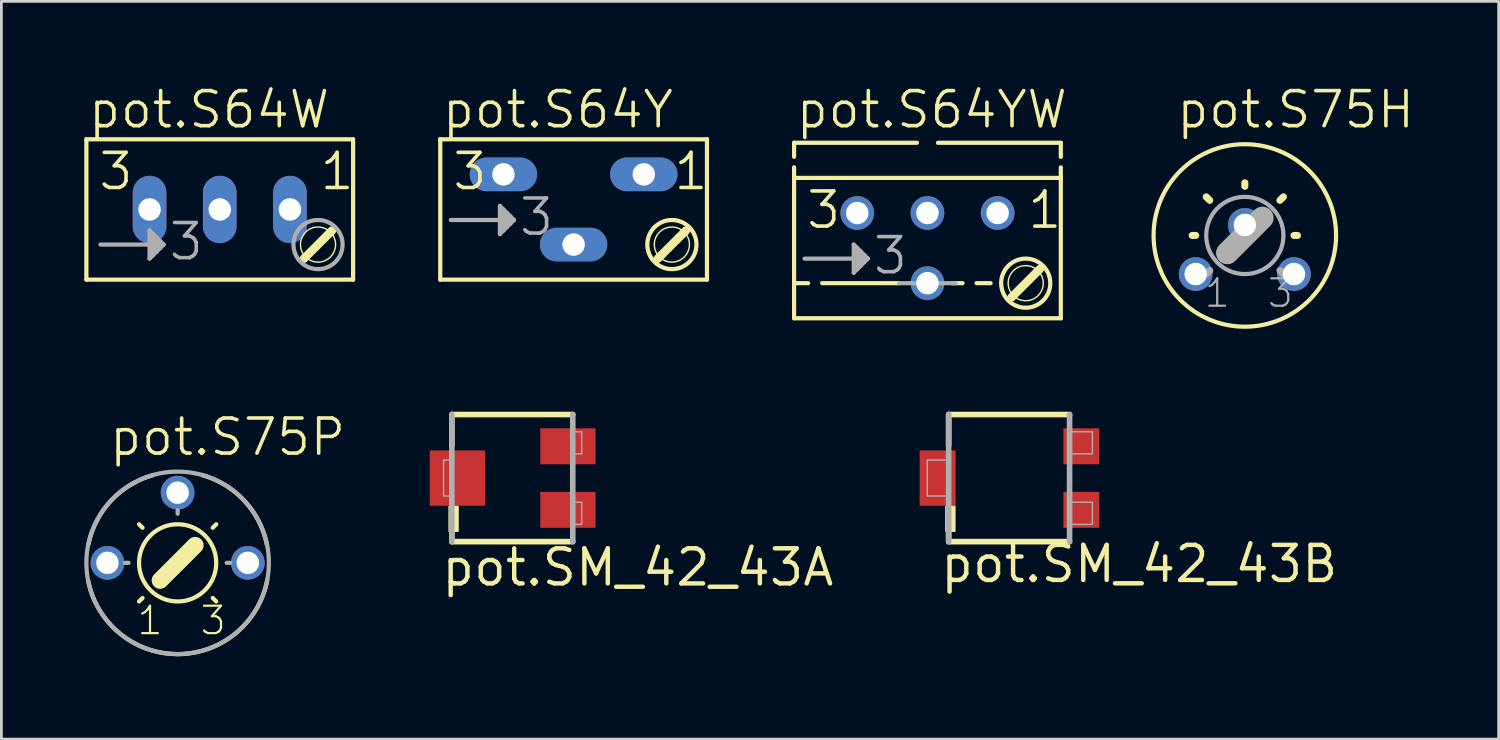
<source format=kicad_pcb>
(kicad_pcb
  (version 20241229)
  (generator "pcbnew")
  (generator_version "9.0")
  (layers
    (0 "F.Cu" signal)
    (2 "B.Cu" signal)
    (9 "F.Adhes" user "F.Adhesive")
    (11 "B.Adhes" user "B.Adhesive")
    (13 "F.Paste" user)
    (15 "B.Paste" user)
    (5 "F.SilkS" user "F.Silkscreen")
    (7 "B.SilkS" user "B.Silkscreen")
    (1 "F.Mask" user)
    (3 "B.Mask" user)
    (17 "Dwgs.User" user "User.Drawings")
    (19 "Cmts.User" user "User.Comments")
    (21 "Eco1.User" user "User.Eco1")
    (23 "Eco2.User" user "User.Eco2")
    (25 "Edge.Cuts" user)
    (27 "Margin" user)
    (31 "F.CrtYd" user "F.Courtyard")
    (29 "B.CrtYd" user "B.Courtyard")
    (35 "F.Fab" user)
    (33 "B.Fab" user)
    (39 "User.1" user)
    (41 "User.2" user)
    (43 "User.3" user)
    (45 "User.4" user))
  (footprint "pot.S75H"
    (layer "F.Cu")
    (at 41.996 5.47)
    (property "Reference" "pot.S75H" (at -2.54 -3.81 0) (layer "F.SilkS") (effects (font (size 1.27 1.27) (thickness 0.13)) (justify left bottom)))
    (attr through_hole)
    (fp_line (start -1.905 0) (end -1.778 0) (stroke (width 0.254) (type default)) (layer "F.SilkS"))
    (fp_line (start -1.27 -1.27) (end -1.397 -1.397) (stroke (width 0.254) (type default)) (layer "F.SilkS"))
    (fp_line (start 0 -1.778) (end 0 -1.905) (stroke (width 0.254) (type default)) (layer "F.SilkS"))
    (fp_line (start 1.27 -1.27) (end 1.397 -1.397) (stroke (width 0.254) (type default)) (layer "F.SilkS"))
    (fp_line (start 1.778 0) (end 1.905 0) (stroke (width 0.254) (type default)) (layer "F.SilkS"))
    (fp_circle (center 0 0) (end 3.302 0) (stroke (width 0.152) (type default)) (fill no) (layer "F.SilkS"))
    (fp_line (start -1.27 1.27) (end -1.397 1.397) (stroke (width 0.254) (type default)) (layer "F.Fab"))
    (fp_line (start -0.635 0.635) (end 0.635 -0.635) (stroke (width 0.813) (type default)) (layer "F.Fab"))
    (fp_line (start 1.27 1.27) (end 1.397 1.397) (stroke (width 0.254) (type default)) (layer "F.Fab"))
    (fp_circle (center 0 0) (end 1.397 0) (stroke (width 0.152) (type default)) (fill no) (layer "F.Fab"))
    (fp_text user "3" (at 0.762 2.667 0) (layer "F.Fab") (effects (font (size 0.991 0.991) (thickness 0.08)) (justify left bottom)))
    (fp_text user "1" (at -1.524 2.667 0) (layer "F.Fab") (effects (font (size 0.991 0.991) (thickness 0.08)) (justify left bottom)))
    (pad "A" thru_hole circle (at -1.778 1.397) (size 1.219 1.219) (drill 0.813) (layers "*.Cu" "*.Mask"))
    (pad "E" thru_hole circle (at 1.778 1.397) (size 1.219 1.219) (drill 0.813) (layers "*.Cu" "*.Mask"))
    (pad "S" thru_hole circle (at 0 -0.381) (size 1.219 1.219) (drill 0.813) (layers "*.Cu" "*.Mask")))
  (footprint "pot.S64YW"
    (layer "F.Cu")
    (at 30.511 5.927)
    (property "Reference" "pot.S64YW" (at -4.826 -4.267 0) (layer "F.SilkS") (effects (font (size 1.27 1.27) (thickness 0.13)) (justify left bottom)))
    (attr through_hole)
    (fp_line (start -4.826 -3.81) (end -4.826 -3.302) (stroke (width 0.152) (type default)) (layer "F.SilkS"))
    (fp_line (start -4.826 -3.81) (end -0.381 -3.81) (stroke (width 0.152) (type default)) (layer "F.SilkS"))
    (fp_line (start -4.826 -2.921) (end -4.826 -2.54) (stroke (width 0.152) (type default)) (layer "F.SilkS"))
    (fp_line (start -4.826 1.27) (end -4.826 -2.54) (stroke (width 0.152) (type default)) (layer "F.SilkS"))
    (fp_line (start -4.826 1.27) (end -4.318 1.27) (stroke (width 0.152) (type default)) (layer "F.SilkS"))
    (fp_line (start -4.826 2.54) (end -4.826 1.27) (stroke (width 0.152) (type default)) (layer "F.SilkS"))
    (fp_line (start -4.826 2.54) (end 4.826 2.54) (stroke (width 0.152) (type default)) (layer "F.SilkS"))
    (fp_line (start -1.016 1.27) (end -3.81 1.27) (stroke (width 0.152) (type default)) (layer "F.SilkS"))
    (fp_line (start 0.381 -3.81) (end 4.826 -3.81) (stroke (width 0.152) (type default)) (layer "F.SilkS"))
    (fp_line (start 1.27 1.27) (end 0.889 1.27) (stroke (width 0.152) (type default)) (layer "F.SilkS"))
    (fp_line (start 1.778 1.27) (end 2.286 1.27) (stroke (width 0.152) (type default)) (layer "F.SilkS"))
    (fp_line (start 4.064 0.762) (end 3.048 1.778) (stroke (width 0.305) (type default)) (layer "F.SilkS"))
    (fp_line (start 4.826 -3.81) (end 4.826 -3.302) (stroke (width 0.152) (type default)) (layer "F.SilkS"))
    (fp_line (start 4.826 -2.921) (end 4.826 -2.54) (stroke (width 0.152) (type default)) (layer "F.SilkS"))
    (fp_line (start 4.826 -2.54) (end -4.826 -2.54) (stroke (width 0.152) (type default)) (layer "F.SilkS"))
    (fp_line (start 4.826 -2.54) (end 4.826 2.54) (stroke (width 0.152) (type default)) (layer "F.SilkS"))
    (fp_circle (center 3.556 1.27) (end 4.191 1.27) (stroke (width 0.051) (type default)) (fill no) (layer "F.SilkS"))
    (fp_circle (center 3.556 1.27) (end 4.445 1.27) (stroke (width 0.152) (type default)) (fill no) (layer "F.SilkS"))
    (fp_line (start -4.445 0.381) (end -2.54 0.381) (stroke (width 0.152) (type default)) (layer "F.Fab"))
    (fp_line (start -2.667 -0.127) (end -2.667 0.889) (stroke (width 0.152) (type default)) (layer "F.Fab"))
    (fp_line (start -2.667 0.889) (end -2.54 0.762) (stroke (width 0.152) (type default)) (layer "F.Fab"))
    (fp_line (start -2.54 0) (end -2.667 -0.127) (stroke (width 0.152) (type default)) (layer "F.Fab"))
    (fp_line (start -2.54 0.381) (end -2.54 0) (stroke (width 0.152) (type default)) (layer "F.Fab"))
    (fp_line (start -2.54 0.762) (end -2.54 0.381) (stroke (width 0.152) (type default)) (layer "F.Fab"))
    (fp_line (start -2.413 0.127) (end -2.54 0) (stroke (width 0.152) (type default)) (layer "F.Fab"))
    (fp_line (start -2.413 0.635) (end -2.54 0.762) (stroke (width 0.152) (type default)) (layer "F.Fab"))
    (fp_line (start -2.413 0.635) (end -2.413 0.127) (stroke (width 0.152) (type default)) (layer "F.Fab"))
    (fp_line (start -2.286 0.254) (end -2.413 0.127) (stroke (width 0.152) (type default)) (layer "F.Fab"))
    (fp_line (start -2.286 0.508) (end -2.413 0.635) (stroke (width 0.152) (type default)) (layer "F.Fab"))
    (fp_line (start -2.286 0.508) (end -2.286 0.254) (stroke (width 0.152) (type default)) (layer "F.Fab"))
    (fp_line (start -2.159 0.381) (end -2.54 0.381) (stroke (width 0.152) (type default)) (layer "F.Fab"))
    (fp_line (start -2.159 0.381) (end -2.286 0.254) (stroke (width 0.152) (type default)) (layer "F.Fab"))
    (fp_line (start -2.159 0.381) (end -2.286 0.508) (stroke (width 0.152) (type default)) (layer "F.Fab"))
    (fp_line (start 1.016 1.27) (end -1.016 1.27) (stroke (width 0.152) (type default)) (layer "F.Fab"))
    (fp_text user "1" (at 3.556 -0.635 0) (layer "F.SilkS") (effects (font (size 1.27 1.27) (thickness 0.13)) (justify left bottom)))
    (fp_text user "3" (at -4.445 -0.635 0) (layer "F.SilkS") (effects (font (size 1.27 1.27) (thickness 0.13)) (justify left bottom)))
    (fp_text user "3" (at -2.032 1.016 0) (layer "F.Fab") (effects (font (size 1.27 1.27) (thickness 0.13)) (justify left bottom)))
    (pad "A" thru_hole circle (at 2.54 -1.27) (size 1.219 1.219) (drill 0.813) (layers "*.Cu" "*.Mask"))
    (pad "E" thru_hole circle (at -2.54 -1.27) (size 1.219 1.219) (drill 0.813) (layers "*.Cu" "*.Mask"))
    (pad "S" thru_hole circle (at 0 1.27) (size 1.219 1.219) (drill 0.813) (layers "*.Cu" "*.Mask"))
    (pad "S@1" thru_hole circle (at 0 -1.27) (size 1.219 1.219) (drill 0.813) (layers "*.Cu" "*.Mask")))
  (footprint "pot.SM_42_43A"
    (layer "F.Cu")
    (at 15.501 14.25)
    (property "Reference" "pot.SM_42_43A" (at -2.65 3.975 0) (layer "F.SilkS") (effects (font (size 1.27 1.27) (thickness 0.16)) (justify left bottom)))
    (attr smd)
    (fp_line (start -2.2 -2.3) (end -2.2 -1.2) (stroke (width 0.203) (type default)) (layer "F.SilkS"))
    (fp_line (start -2.2 1.2) (end -2.2 2.3) (stroke (width 0.203) (type default)) (layer "F.SilkS"))
    (fp_line (start -2.2 2.3) (end 2.175 2.3) (stroke (width 0.203) (type default)) (layer "F.SilkS"))
    (fp_line (start 2.175 -2.3) (end -2.2 -2.3) (stroke (width 0.203) (type default)) (layer "F.SilkS"))
    (fp_rect (start -2.3 1.925) (end -1.975 1.025) (stroke (width 0.05) (type default)) (fill yes) (layer "F.SilkS"))
    (fp_line (start -2.2 -2.3) (end -2.2 2.3) (stroke (width 0.203) (type default)) (layer "F.Fab"))
    (fp_line (start 2.175 2.3) (end 2.175 -2.3) (stroke (width 0.203) (type default)) (layer "F.Fab"))
    (fp_rect (start -2.5 0.65) (end -2.2 -0.65) (stroke (width 0.05) (type default)) (fill no) (layer "F.Fab"))
    (fp_rect (start 2.2 -0.875) (end 2.5 -1.675) (stroke (width 0.05) (type default)) (fill no) (layer "F.Fab"))
    (fp_rect (start 2.2 1.675) (end 2.5 0.875) (stroke (width 0.05) (type default)) (fill no) (layer "F.Fab"))
    (pad "1" smd roundrect (at 2 -1.15 90) (size 1.3 2) (layers "F.Cu" "F.Mask" "F.Paste") (roundrect_rratio 0.01))
    (pad "2" smd roundrect (at -2 0 90) (size 2 2) (layers "F.Cu" "F.Mask" "F.Paste") (roundrect_rratio 0.01))
    (pad "3" smd roundrect (at 2 1.15 90) (size 1.3 2) (layers "F.Cu" "F.Mask" "F.Paste") (roundrect_rratio 0.01)))
  (footprint "pot.S75P"
    (layer "F.Cu")
    (at 3.378 17.318)
    (property "Reference" "pot.S75P" (at -2.54 -3.81 0) (layer "F.SilkS") (effects (font (size 1.27 1.27) (thickness 0.13)) (justify left bottom)))
    (attr through_hole)
    (fp_line (start -1.27 -1.27) (end -1.397 -1.397) (stroke (width 0.152) (type default)) (layer "F.SilkS"))
    (fp_line (start -1.27 1.27) (end -1.397 1.397) (stroke (width 0.152) (type default)) (layer "F.SilkS"))
    (fp_line (start -0.635 0.635) (end 0.635 -0.635) (stroke (width 0.61) (type default)) (layer "F.SilkS"))
    (fp_line (start 1.27 -1.27) (end 1.397 -1.397) (stroke (width 0.152) (type default)) (layer "F.SilkS"))
    (fp_line (start 1.27 1.27) (end 1.397 1.397) (stroke (width 0.152) (type default)) (layer "F.SilkS"))
    (fp_arc (start -3.2278 -0.6725) (mid -2.408866 -2.251291) (end -0.889 -3.175) (stroke (width 0.1524) (type default)) (layer "F.SilkS"))
    (fp_arc (start 0 3.302) (mid -2.093439 2.553592) (end -3.2379 0.6476) (stroke (width 0.1524) (type default)) (layer "F.SilkS"))
    (fp_arc (start 0.889 -3.175) (mid 2.408866 -2.251291) (end 3.2278 -0.6725) (stroke (width 0.1524) (type default)) (layer "F.SilkS"))
    (fp_arc (start 3.2426 0.6236) (mid 2.102876 2.54582) (end 0 3.302) (stroke (width 0.1524) (type default)) (layer "F.SilkS"))
    (fp_circle (center 0 0) (end 1.397 0) (stroke (width 0.152) (type default)) (fill no) (layer "F.SilkS"))
    (fp_line (start -1.905 0) (end -1.778 0) (stroke (width 0.152) (type default)) (layer "F.Fab"))
    (fp_line (start 0 -1.778) (end 0 -1.905) (stroke (width 0.152) (type default)) (layer "F.Fab"))
    (fp_line (start 1.778 0) (end 1.905 0) (stroke (width 0.152) (type default)) (layer "F.Fab"))
    (fp_circle (center 0 0) (end 3.302 0) (stroke (width 0.152) (type default)) (fill no) (layer "F.Fab"))
    (fp_text user "3" (at 0.762 2.667 0) (layer "F.SilkS") (effects (font (size 0.991 0.991) (thickness 0.08)) (justify left bottom)))
    (fp_text user "1" (at -1.524 2.667 0) (layer "F.SilkS") (effects (font (size 0.991 0.991) (thickness 0.08)) (justify left bottom)))
    (pad "A" thru_hole circle (at -2.54 0) (size 1.219 1.219) (drill 0.813) (layers "*.Cu" "*.Mask"))
    (pad "E" thru_hole circle (at 2.54 0) (size 1.219 1.219) (drill 0.813) (layers "*.Cu" "*.Mask"))
    (pad "S" thru_hole circle (at 0 -2.54) (size 1.219 1.219) (drill 0.813) (layers "*.Cu" "*.Mask")))
  (footprint "pot.S64W"
    (layer "F.Cu")
    (at 4.902 5.8)
    (property "Reference" "pot.S64W" (at -4.826 -4.14 0) (layer "F.SilkS") (effects (font (size 1.27 1.27) (thickness 0.13)) (justify left bottom)))
    (attr through_hole)
    (fp_line (start -4.826 -3.81) (end 4.826 -3.81) (stroke (width 0.152) (type default)) (layer "F.SilkS"))
    (fp_line (start -4.826 1.27) (end -4.826 -3.81) (stroke (width 0.152) (type default)) (layer "F.SilkS"))
    (fp_line (start -4.826 1.27) (end 4.826 1.27) (stroke (width 0.152) (type default)) (layer "F.SilkS"))
    (fp_line (start 4.064 -0.508) (end 3.048 0.508) (stroke (width 0.305) (type default)) (layer "F.SilkS"))
    (fp_line (start 4.826 -3.81) (end 4.826 1.27) (stroke (width 0.152) (type default)) (layer "F.SilkS"))
    (fp_circle (center 3.556 0) (end 4.191 0) (stroke (width 0.051) (type default)) (fill no) (layer "F.SilkS"))
    (fp_line (start -4.318 0) (end -2.413 0) (stroke (width 0.152) (type default)) (layer "F.Fab"))
    (fp_line (start -2.54 -0.508) (end -2.54 0.508) (stroke (width 0.152) (type default)) (layer "F.Fab"))
    (fp_line (start -2.54 0.508) (end -2.413 0.381) (stroke (width 0.152) (type default)) (layer "F.Fab"))
    (fp_line (start -2.413 -0.381) (end -2.54 -0.508) (stroke (width 0.152) (type default)) (layer "F.Fab"))
    (fp_line (start -2.413 0) (end -2.413 -0.381) (stroke (width 0.152) (type default)) (layer "F.Fab"))
    (fp_line (start -2.413 0.381) (end -2.413 0) (stroke (width 0.152) (type default)) (layer "F.Fab"))
    (fp_line (start -2.286 -0.254) (end -2.413 -0.381) (stroke (width 0.152) (type default)) (layer "F.Fab"))
    (fp_line (start -2.286 0.254) (end -2.413 0.381) (stroke (width 0.152) (type default)) (layer "F.Fab"))
    (fp_line (start -2.286 0.254) (end -2.286 -0.254) (stroke (width 0.152) (type default)) (layer "F.Fab"))
    (fp_line (start -2.159 -0.127) (end -2.286 -0.254) (stroke (width 0.152) (type default)) (layer "F.Fab"))
    (fp_line (start -2.159 0.127) (end -2.286 0.254) (stroke (width 0.152) (type default)) (layer "F.Fab"))
    (fp_line (start -2.159 0.127) (end -2.159 -0.127) (stroke (width 0.152) (type default)) (layer "F.Fab"))
    (fp_line (start -2.032 0) (end -2.413 0) (stroke (width 0.152) (type default)) (layer "F.Fab"))
    (fp_line (start -2.032 0) (end -2.159 -0.127) (stroke (width 0.152) (type default)) (layer "F.Fab"))
    (fp_line (start -2.032 0) (end -2.159 0.127) (stroke (width 0.152) (type default)) (layer "F.Fab"))
    (fp_circle (center 3.556 0) (end 4.445 0) (stroke (width 0.152) (type default)) (fill no) (layer "F.Fab"))
    (fp_text user "3" (at -4.445 -1.905 0) (layer "F.SilkS") (effects (font (size 1.27 1.27) (thickness 0.13)) (justify left bottom)))
    (fp_text user "1" (at 3.556 -1.905 0) (layer "F.SilkS") (effects (font (size 1.27 1.27) (thickness 0.13)) (justify left bottom)))
    (fp_text user "3" (at -1.905 0.635 0) (layer "F.Fab") (effects (font (size 1.27 1.27) (thickness 0.13)) (justify left bottom)))
    (pad "A" thru_hole oval (at 2.54 -1.27 90) (size 2.438 1.219) (drill 0.813) (layers "*.Cu" "*.Mask"))
    (pad "E" thru_hole oval (at -2.54 -1.27 90) (size 2.438 1.219) (drill 0.813) (layers "*.Cu" "*.Mask"))
    (pad "S" thru_hole oval (at 0 -1.27 90) (size 2.438 1.219) (drill 0.813) (layers "*.Cu" "*.Mask")))
  (footprint "pot.SM_42_43B"
    (layer "F.Cu")
    (at 33.479 14.25)
    (property "Reference" "pot.SM_42_43B" (at -2.575 3.85 0) (layer "F.SilkS") (effects (font (size 1.27 1.27) (thickness 0.16)) (justify left bottom)))
    (attr smd)
    (fp_line (start -2.2 -2.3) (end -2.2 -1.2) (stroke (width 0.203) (type default)) (layer "F.SilkS"))
    (fp_line (start -2.2 1.2) (end -2.2 2.3) (stroke (width 0.203) (type default)) (layer "F.SilkS"))
    (fp_line (start -2.2 2.3) (end 2.175 2.3) (stroke (width 0.203) (type default)) (layer "F.SilkS"))
    (fp_line (start 2.175 -2.3) (end -2.2 -2.3) (stroke (width 0.203) (type default)) (layer "F.SilkS"))
    (fp_rect (start -2.3 1.925) (end -1.975 1.025) (stroke (width 0.05) (type default)) (fill yes) (layer "F.SilkS"))
    (fp_line (start -2.2 -2.3) (end -2.2 2.3) (stroke (width 0.203) (type default)) (layer "F.Fab"))
    (fp_line (start 2.175 2.3) (end 2.175 -2.3) (stroke (width 0.203) (type default)) (layer "F.Fab"))
    (fp_rect (start -2.975 0.65) (end -2.2 -0.65) (stroke (width 0.05) (type default)) (fill no) (layer "F.Fab"))
    (fp_rect (start 2.2 -0.875) (end 3 -1.675) (stroke (width 0.05) (type default)) (fill no) (layer "F.Fab"))
    (fp_rect (start 2.2 1.675) (end 3 0.875) (stroke (width 0.05) (type default)) (fill no) (layer "F.Fab"))
    (pad "1" smd roundrect (at 2.6 -1.15 90) (size 1.3 1.3) (layers "F.Cu" "F.Mask" "F.Paste") (roundrect_rratio 0.01))
    (pad "2" smd roundrect (at -2.6 0 90) (size 2 1.3) (layers "F.Cu" "F.Mask" "F.Paste") (roundrect_rratio 0.01))
    (pad "3" smd roundrect (at 2.6 1.15 90) (size 1.3 1.3) (layers "F.Cu" "F.Mask" "F.Paste") (roundrect_rratio 0.01)))
  (footprint "pot.S64Y"
    (layer "F.Cu")
    (at 17.707 4.53)
    (property "Reference" "pot.S64Y" (at -4.826 -2.87 0) (layer "F.SilkS") (effects (font (size 1.27 1.27) (thickness 0.13)) (justify left bottom)))
    (attr through_hole)
    (fp_line (start -4.826 2.54) (end -4.826 -2.54) (stroke (width 0.152) (type default)) (layer "F.SilkS"))
    (fp_line (start -4.826 2.54) (end 4.826 2.54) (stroke (width 0.152) (type default)) (layer "F.SilkS"))
    (fp_line (start 4.064 0.762) (end 3.048 1.778) (stroke (width 0.305) (type default)) (layer "F.SilkS"))
    (fp_line (start 4.826 -2.54) (end -4.826 -2.54) (stroke (width 0.152) (type default)) (layer "F.SilkS"))
    (fp_line (start 4.826 -2.54) (end 4.826 2.54) (stroke (width 0.152) (type default)) (layer "F.SilkS"))
    (fp_circle (center 3.556 1.27) (end 4.191 1.27) (stroke (width 0.051) (type default)) (fill no) (layer "F.SilkS"))
    (fp_circle (center 3.556 1.27) (end 4.445 1.27) (stroke (width 0.152) (type default)) (fill no) (layer "F.SilkS"))
    (fp_line (start -4.445 0.381) (end -2.54 0.381) (stroke (width 0.152) (type default)) (layer "F.Fab"))
    (fp_line (start -2.667 -0.127) (end -2.667 0.889) (stroke (width 0.152) (type default)) (layer "F.Fab"))
    (fp_line (start -2.667 0.889) (end -2.54 0.762) (stroke (width 0.152) (type default)) (layer "F.Fab"))
    (fp_line (start -2.54 0) (end -2.667 -0.127) (stroke (width 0.152) (type default)) (layer "F.Fab"))
    (fp_line (start -2.54 0.381) (end -2.54 0) (stroke (width 0.152) (type default)) (layer "F.Fab"))
    (fp_line (start -2.54 0.762) (end -2.54 0.381) (stroke (width 0.152) (type default)) (layer "F.Fab"))
    (fp_line (start -2.413 0.127) (end -2.54 0) (stroke (width 0.152) (type default)) (layer "F.Fab"))
    (fp_line (start -2.413 0.635) (end -2.54 0.762) (stroke (width 0.152) (type default)) (layer "F.Fab"))
    (fp_line (start -2.413 0.635) (end -2.413 0.127) (stroke (width 0.152) (type default)) (layer "F.Fab"))
    (fp_line (start -2.286 0.254) (end -2.413 0.127) (stroke (width 0.152) (type default)) (layer "F.Fab"))
    (fp_line (start -2.286 0.508) (end -2.413 0.635) (stroke (width 0.152) (type default)) (layer "F.Fab"))
    (fp_line (start -2.286 0.508) (end -2.286 0.254) (stroke (width 0.152) (type default)) (layer "F.Fab"))
    (fp_line (start -2.159 0.381) (end -2.54 0.381) (stroke (width 0.152) (type default)) (layer "F.Fab"))
    (fp_line (start -2.159 0.381) (end -2.286 0.254) (stroke (width 0.152) (type default)) (layer "F.Fab"))
    (fp_line (start -2.159 0.381) (end -2.286 0.508) (stroke (width 0.152) (type default)) (layer "F.Fab"))
    (fp_text user "3" (at -4.445 -0.635 0) (layer "F.SilkS") (effects (font (size 1.27 1.27) (thickness 0.13)) (justify left bottom)))
    (fp_text user "1" (at 3.556 -0.635 0) (layer "F.SilkS") (effects (font (size 1.27 1.27) (thickness 0.13)) (justify left bottom)))
    (fp_text user "3" (at -2.032 1.016 0) (layer "F.Fab") (effects (font (size 1.27 1.27) (thickness 0.13)) (justify left bottom)))
    (pad "A" thru_hole oval (at 2.54 -1.27) (size 2.438 1.219) (drill 0.813) (layers "*.Cu" "*.Mask"))
    (pad "E" thru_hole oval (at -2.54 -1.27) (size 2.438 1.219) (drill 0.813) (layers "*.Cu" "*.Mask"))
    (pad "S" thru_hole oval (at 0 1.27) (size 2.438 1.219) (drill 0.813) (layers "*.Cu" "*.Mask")))
  (gr_rect
    (start -3 -3)
    (end 51.18 23.696)
    (stroke (width 0.1) (type default))
    (fill no)
    (layer "Edge.Cuts")))
</source>
